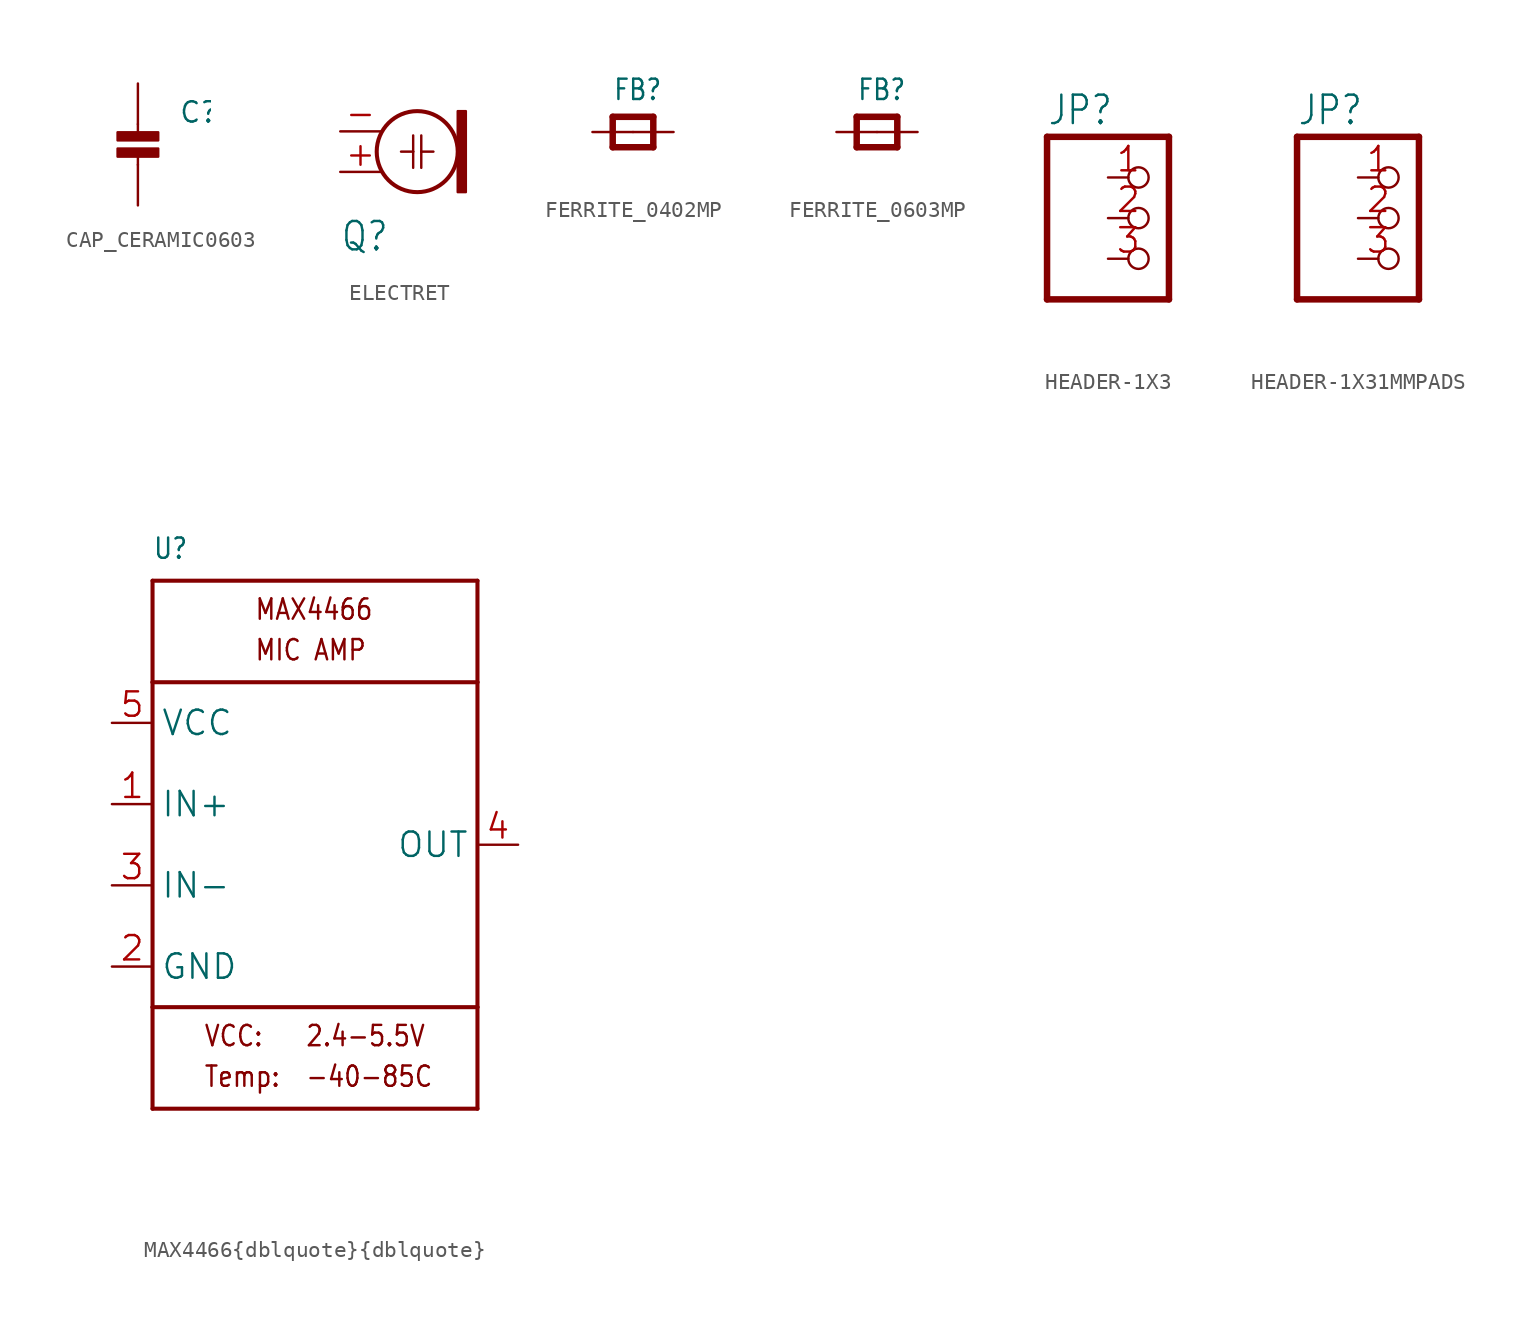
<source format=kicad_sym>
(kicad_symbol_lib
  (version 20241209)
  (generator "kicad_symbol_editor")
  (generator_version "9.0")
  (symbol "CAP_CERAMIC0603"
    (property "Reference" "C"
      (at 2.54 2.54 0)
      (effects (font (size 1.27 1.27)) (justify left bottom)))
    (property "Value" ""
      (at 2.54 0 0)
      (effects (font (size 1.27 1.27)) (justify left bottom)))
    (property "ki_locked" ""
      (at 0 0 0)
      (effects (font (size 1.27 1.27))))
    (symbol "CAP_CERAMIC0603_1_0"
      (rectangle (start -1.27 1.524) (end 1.27 2.032) (stroke (width 0) (type default)) (fill (type outline)))
      (rectangle (start -1.27 0.508) (end 1.27 1.016) (stroke (width 0) (type default)) (fill (type outline)))
      (polyline (pts (xy 0 2.54) (xy 0 1.778)) (stroke (width 0.152) (type solid)) (fill (type none)))
      (polyline (pts (xy 0 0.762) (xy 0 0)) (stroke (width 0.152) (type solid)) (fill (type none)))
      (pin passive line (at 0 5.08 270) (length 2.54) (name "P$1" (effects (font (size 0 0)))) (number "1" (effects (font (size 0 0)))))
      (pin passive line (at 0 -2.54 90) (length 2.54) (name "P$2" (effects (font (size 0 0)))) (number "2" (effects (font (size 0 0)))))))
  (symbol "ELECTRET"
    (property "Reference" "Q"
      (at -2.54 -7.62 0)
      (effects (font (size 1.778 1.511)) (justify left bottom)))
    (property "Value" ""
      (at -2.54 2.54 0)
      (effects (font (size 1.778 1.511)) (justify left bottom)))
    (property "ki_locked" ""
      (at 0 0 0)
      (effects (font (size 1.27 1.27))))
    (symbol "ELECTRET_1_0"
      (polyline (pts (xy 1.27 -1.27) (xy 2.032 -1.27)) (stroke (width 0.152) (type solid)) (fill (type none)))
      (polyline (pts (xy 2.032 -0.254) (xy 2.032 -1.27)) (stroke (width 0.152) (type solid)) (fill (type none)))
      (polyline (pts (xy 2.032 -1.27) (xy 2.032 -2.286)) (stroke (width 0.152) (type solid)) (fill (type none)))
      (circle (center 2.286 -1.27) (radius 2.54) (stroke (width 0.254) (type solid)) (fill (type none)))
      (polyline (pts (xy 2.54 -0.254) (xy 2.54 -1.27)) (stroke (width 0.152) (type solid)) (fill (type none)))
      (polyline (pts (xy 2.54 -1.27) (xy 2.54 -2.286)) (stroke (width 0.152) (type solid)) (fill (type none)))
      (polyline (pts (xy 2.54 -1.27) (xy 3.302 -1.27)) (stroke (width 0.152) (type solid)) (fill (type none)))
      (rectangle (start 4.826 -3.81) (end 5.334 1.27) (stroke (width 0) (type default)) (fill (type outline)))
      (pin passive line (at -2.54 0 0) (length 2.54) (name "1" (effects (font (size 0 0)))) (number "-" (effects (font (size 1.524 1.524)))))
      (pin passive line (at -2.54 -2.54 0) (length 2.54) (name "2" (effects (font (size 0 0)))) (number "+" (effects (font (size 1.524 1.524)))))))
  (symbol "FERRITE_0402MP"
    (property "Reference" "FB"
      (at -1.27 1.905 0)
      (effects (font (size 1.27 1.079)) (justify left bottom)))
    (property "Value" ""
      (at -1.27 -3.175 0)
      (effects (font (size 1.27 1.079)) (justify left bottom)))
    (property "ki_locked" ""
      (at 0 0 0)
      (effects (font (size 1.27 1.27))))
    (symbol "FERRITE_0402MP_1_0"
      (polyline (pts (xy -1.27 0.953) (xy 1.27 0.953)) (stroke (width 0.406) (type solid)) (fill (type none)))
      (polyline (pts (xy -1.27 -0.953) (xy -1.27 0.953)) (stroke (width 0.406) (type solid)) (fill (type none)))
      (polyline (pts (xy 1.27 0.953) (xy 1.27 -0.953)) (stroke (width 0.406) (type solid)) (fill (type none)))
      (polyline (pts (xy 1.27 -0.953) (xy -1.27 -0.953)) (stroke (width 0.406) (type solid)) (fill (type none)))
      (pin passive line (at -2.54 0 0) (length 2.54) (name "P$1" (effects (font (size 0 0)))) (number "1" (effects (font (size 0 0)))))
      (pin passive line (at 2.54 0 180) (length 2.54) (name "P$2" (effects (font (size 0 0)))) (number "2" (effects (font (size 0 0)))))))
  (symbol "FERRITE_0603MP"
    (property "Reference" "FB"
      (at -1.27 1.905 0)
      (effects (font (size 1.27 1.079)) (justify left bottom)))
    (property "Value" ""
      (at -1.27 -3.175 0)
      (effects (font (size 1.27 1.079)) (justify left bottom)))
    (property "ki_locked" ""
      (at 0 0 0)
      (effects (font (size 1.27 1.27))))
    (symbol "FERRITE_0603MP_1_0"
      (polyline (pts (xy -1.27 0.953) (xy 1.27 0.953)) (stroke (width 0.406) (type solid)) (fill (type none)))
      (polyline (pts (xy -1.27 -0.953) (xy -1.27 0.953)) (stroke (width 0.406) (type solid)) (fill (type none)))
      (polyline (pts (xy 1.27 0.953) (xy 1.27 -0.953)) (stroke (width 0.406) (type solid)) (fill (type none)))
      (polyline (pts (xy 1.27 -0.953) (xy -1.27 -0.953)) (stroke (width 0.406) (type solid)) (fill (type none)))
      (pin passive line (at -2.54 0 0) (length 2.54) (name "P$1" (effects (font (size 0 0)))) (number "1" (effects (font (size 0 0)))))
      (pin passive line (at 2.54 0 180) (length 2.54) (name "P$2" (effects (font (size 0 0)))) (number "2" (effects (font (size 0 0)))))))
  (symbol "HEADER-1X3"
    (property "Reference" "JP"
      (at -6.35 5.715 0)
      (effects (font (size 1.778 1.511)) (justify left bottom)))
    (property "Value" ""
      (at -6.35 -7.62 0)
      (effects (font (size 1.778 1.511)) (justify left bottom)))
    (property "ki_locked" ""
      (at 0 0 0)
      (effects (font (size 1.27 1.27))))
    (symbol "HEADER-1X3_1_0"
      (polyline (pts (xy -6.35 5.08) (xy -6.35 -5.08)) (stroke (width 0.406) (type solid)) (fill (type none)))
      (polyline (pts (xy -6.35 -5.08) (xy 1.27 -5.08)) (stroke (width 0.406) (type solid)) (fill (type none)))
      (polyline (pts (xy 1.27 5.08) (xy -6.35 5.08)) (stroke (width 0.406) (type solid)) (fill (type none)))
      (polyline (pts (xy 1.27 -5.08) (xy 1.27 5.08)) (stroke (width 0.406) (type solid)) (fill (type none)))
      (pin passive inverted (at -2.54 2.54 0) (length 2.54) (name "1" (effects (font (size 0 0)))) (number "1" (effects (font (size 1.524 1.524)))))
      (pin passive inverted (at -2.54 0 0) (length 2.54) (name "2" (effects (font (size 0 0)))) (number "2" (effects (font (size 1.524 1.524)))))
      (pin passive inverted (at -2.54 -2.54 0) (length 2.54) (name "3" (effects (font (size 0 0)))) (number "3" (effects (font (size 1.524 1.524)))))))
  (symbol "HEADER-1X31MMPADS"
    (property "Reference" "JP"
      (at -6.35 5.715 0)
      (effects (font (size 1.778 1.511)) (justify left bottom)))
    (property "Value" ""
      (at -6.35 -7.62 0)
      (effects (font (size 1.778 1.511)) (justify left bottom)))
    (property "ki_locked" ""
      (at 0 0 0)
      (effects (font (size 1.27 1.27))))
    (symbol "HEADER-1X31MMPADS_1_0"
      (polyline (pts (xy -6.35 5.08) (xy -6.35 -5.08)) (stroke (width 0.406) (type solid)) (fill (type none)))
      (polyline (pts (xy -6.35 -5.08) (xy 1.27 -5.08)) (stroke (width 0.406) (type solid)) (fill (type none)))
      (polyline (pts (xy 1.27 5.08) (xy -6.35 5.08)) (stroke (width 0.406) (type solid)) (fill (type none)))
      (polyline (pts (xy 1.27 -5.08) (xy 1.27 5.08)) (stroke (width 0.406) (type solid)) (fill (type none)))
      (pin passive inverted (at -2.54 2.54 0) (length 2.54) (name "1" (effects (font (size 0 0)))) (number "1" (effects (font (size 1.524 1.524)))))
      (pin passive inverted (at -2.54 0 0) (length 2.54) (name "2" (effects (font (size 0 0)))) (number "2" (effects (font (size 1.524 1.524)))))
      (pin passive inverted (at -2.54 -2.54 0) (length 2.54) (name "3" (effects (font (size 0 0)))) (number "3" (effects (font (size 1.524 1.524)))))))
  (symbol "MAX4466{dblquote}{dblquote}"
    (property "Reference" "U"
      (at -10.16 17.78 0)
      (effects (font (size 1.27 1.079)) (justify left bottom)))
    (property "Value" ""
      (at -10.16 -20.32 0)
      (effects (font (size 1.27 1.079)) (justify left bottom)))
    (property "ki_locked" ""
      (at 0 0 0)
      (effects (font (size 1.27 1.27))))
    (symbol "MAX4466{dblquote}{dblquote}_1_0"
      (polyline (pts (xy -10.16 16.51) (xy -10.16 10.16)) (stroke (width 0.254) (type solid)) (fill (type none)))
      (polyline (pts (xy -10.16 16.51) (xy 10.16 16.51)) (stroke (width 0.254) (type solid)) (fill (type none)))
      (polyline (pts (xy -10.16 10.16) (xy 10.16 10.16)) (stroke (width 0.254) (type solid)) (fill (type none)))
      (polyline (pts (xy -10.16 -10.16) (xy -10.16 10.16)) (stroke (width 0.254) (type solid)) (fill (type none)))
      (polyline (pts (xy -10.16 -10.16) (xy -10.16 -16.51)) (stroke (width 0.254) (type solid)) (fill (type none)))
      (polyline (pts (xy -10.16 -16.51) (xy 10.16 -16.51)) (stroke (width 0.254) (type solid)) (fill (type none)))
      (polyline (pts (xy 10.16 16.51) (xy 10.16 10.16)) (stroke (width 0.254) (type solid)) (fill (type none)))
      (polyline (pts (xy 10.16 10.16) (xy 10.16 -10.16)) (stroke (width 0.254) (type solid)) (fill (type none)))
      (polyline (pts (xy 10.16 -10.16) (xy -10.16 -10.16)) (stroke (width 0.254) (type solid)) (fill (type none)))
      (polyline (pts (xy 10.16 -16.51) (xy 10.16 -10.16)) (stroke (width 0.254) (type solid)) (fill (type none)))
      (text "VCC:" (at -6.985 -12.7 0) (effects (font (size 1.27 1.079)) (justify left bottom)))
      (text "Temp:" (at -6.985 -15.24 0) (effects (font (size 1.27 1.079)) (justify left bottom)))
      (text "MAX4466" (at -3.81 13.97 0) (effects (font (size 1.27 1.079)) (justify left bottom)))
      (text "MIC AMP" (at -3.81 11.43 0) (effects (font (size 1.27 1.079)) (justify left bottom)))
      (text "2.4-5.5V" (at -0.635 -12.7 0) (effects (font (size 1.27 1.079)) (justify left bottom)))
      (text "-40-85C" (at -0.635 -15.24 0) (effects (font (size 1.27 1.079)) (justify left bottom)))
      (pin bidirectional line (at -12.7 7.62 0) (length 2.54) (name "VCC" (effects (font (size 1.524 1.524)))) (number "5" (effects (font (size 1.524 1.524)))))
      (pin bidirectional line (at -12.7 2.54 0) (length 2.54) (name "IN+" (effects (font (size 1.524 1.524)))) (number "1" (effects (font (size 1.524 1.524)))))
      (pin bidirectional line (at -12.7 -2.54 0) (length 2.54) (name "IN-" (effects (font (size 1.524 1.524)))) (number "3" (effects (font (size 1.524 1.524)))))
      (pin bidirectional line (at -12.7 -7.62 0) (length 2.54) (name "GND" (effects (font (size 1.524 1.524)))) (number "2" (effects (font (size 1.524 1.524)))))
      (pin bidirectional line (at 12.7 0 180) (length 2.54) (name "OUT" (effects (font (size 1.524 1.524)))) (number "4" (effects (font (size 1.524 1.524))))))))
</source>
